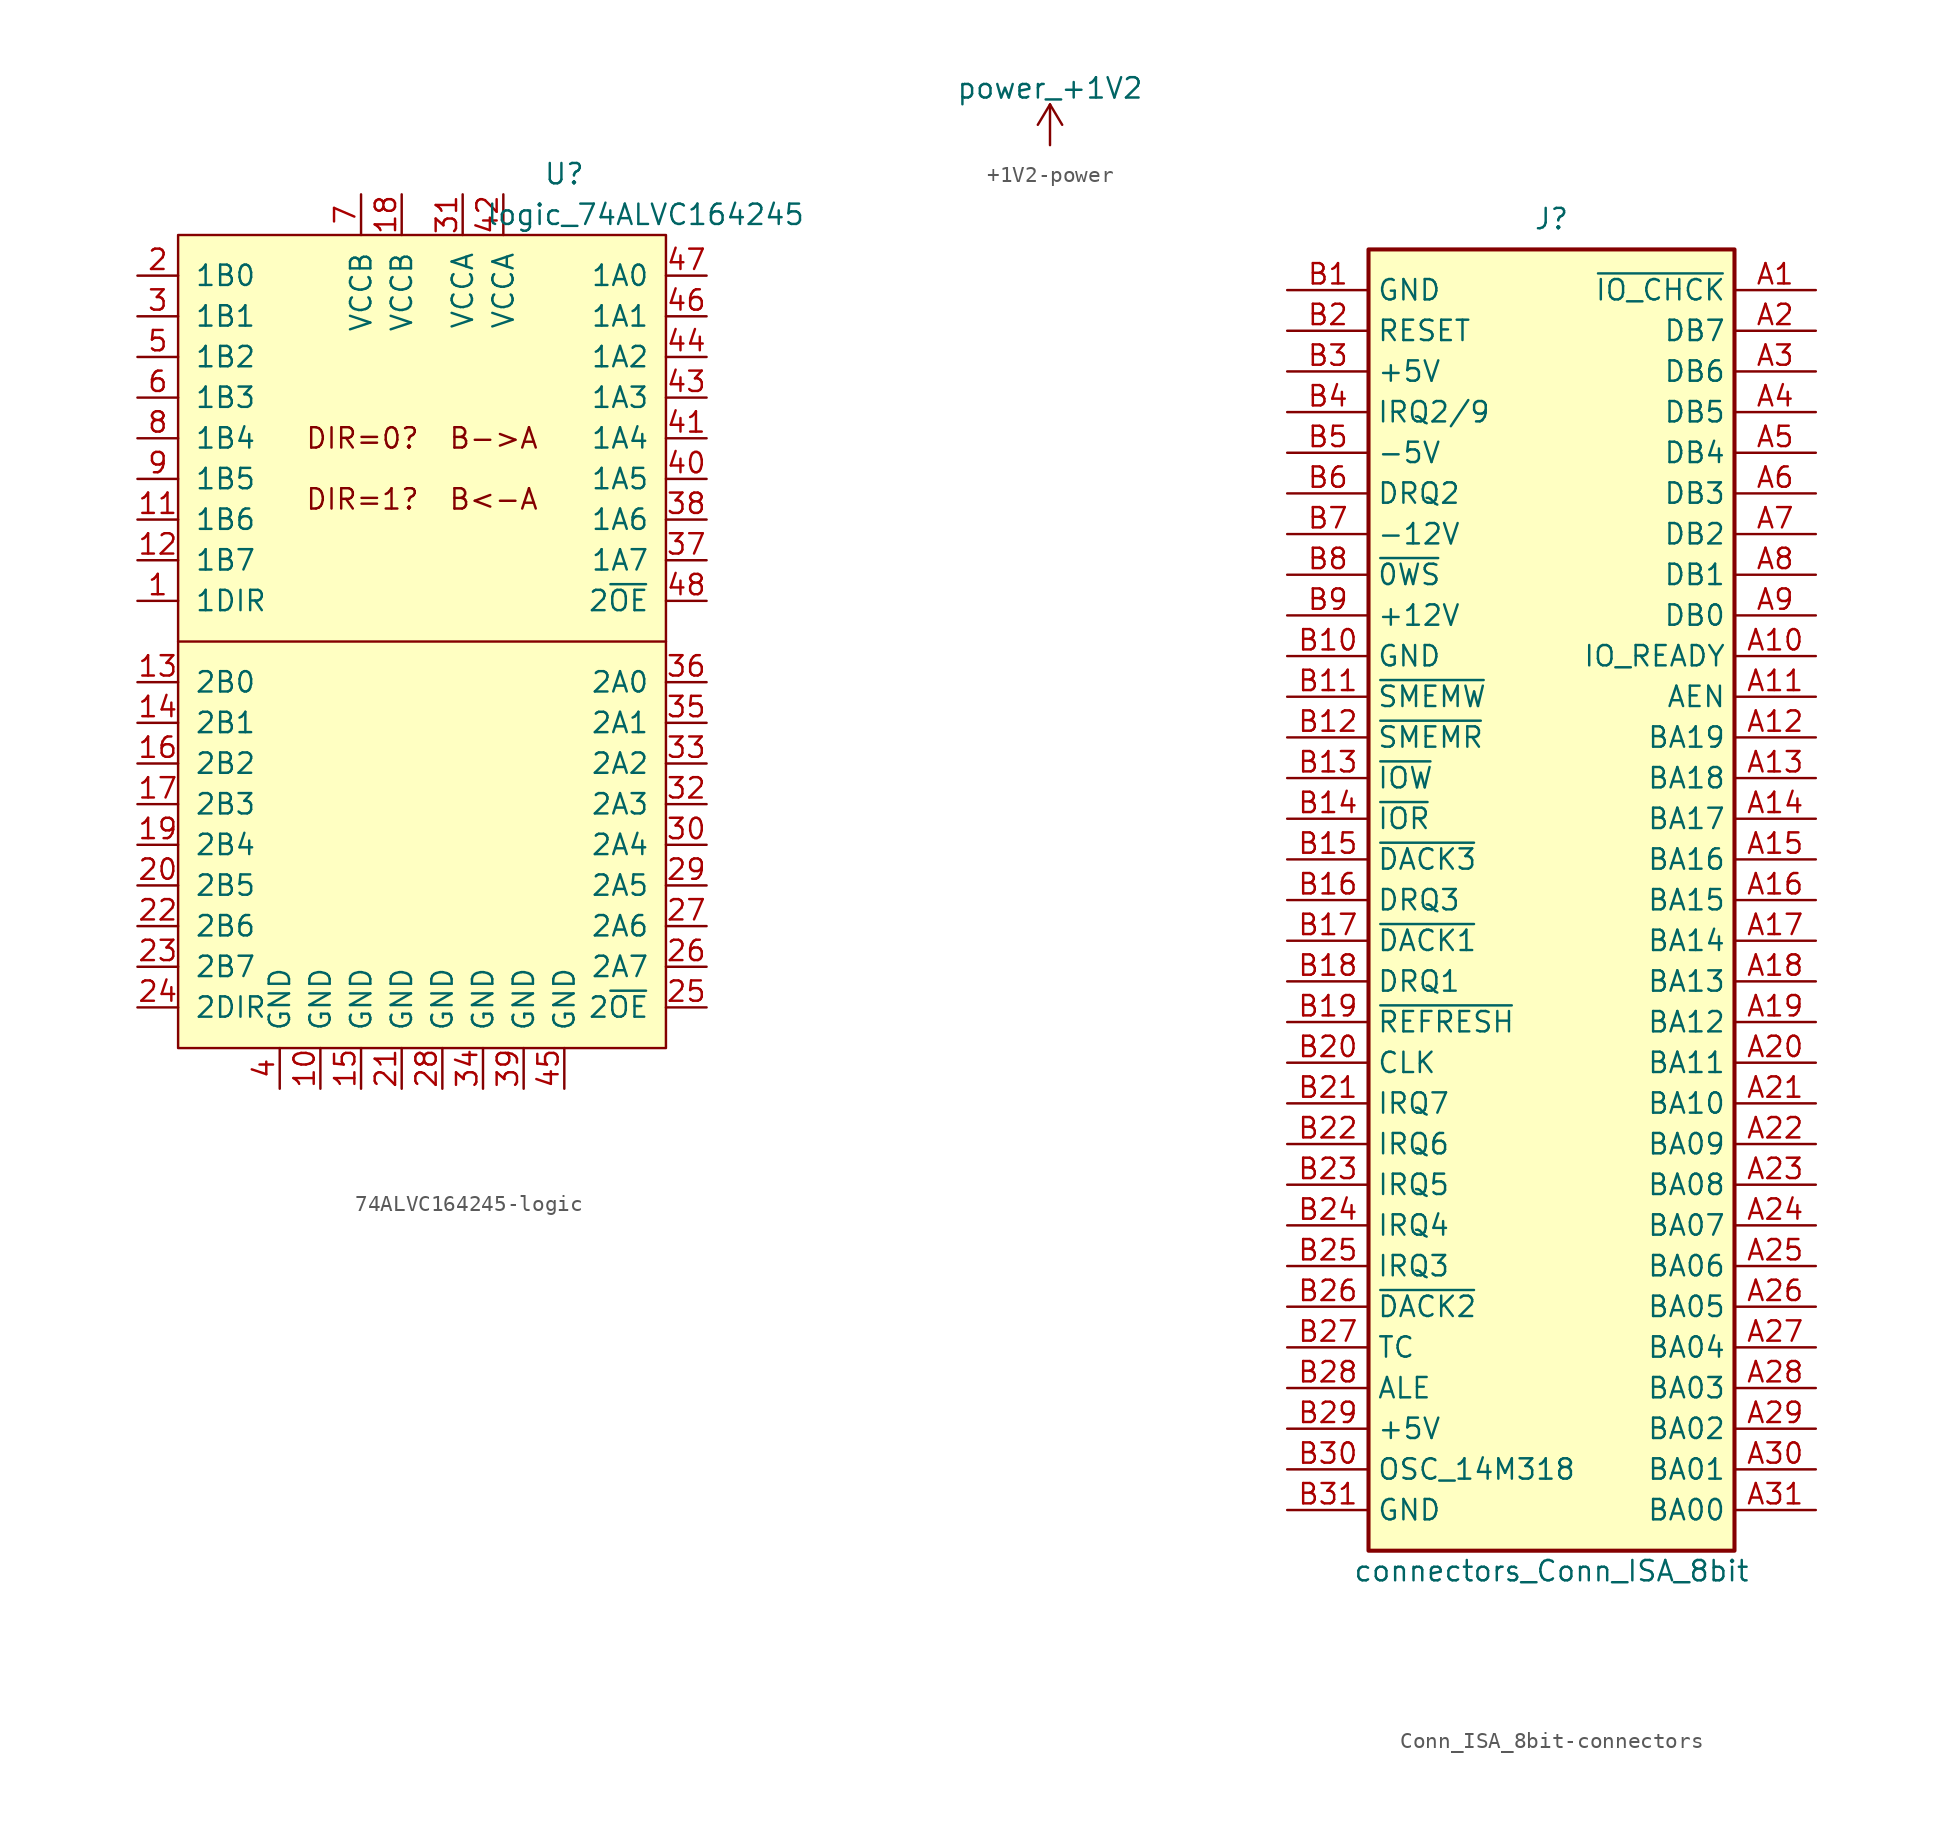
<source format=kicad_sym>
(kicad_symbol_lib
  (version 20231120)
  (generator "kicad_symbol_editor")
  (generator_version "8.0")
  (symbol "74ALVC164245-logic"
    (pin_names
      (offset 1.016))
    (property "Reference" "U"
      (at 24.13 3.81 0)
      (effects (font (size 1.27 1.27))))
    (property "Value" "logic_74ALVC164245"
      (at 29.21 1.27 0)
      (effects (font (size 1.27 1.27))))
    (symbol "74ALVC164245-logic_0_0"
      (text "DIR=0?  B->A" (at 15.24 -12.7 0) (effects (font (size 1.27 1.27))))
      (text "DIR=1?  B<-A" (at 15.24 -16.51 0) (effects (font (size 1.27 1.27)))))
    (symbol "74ALVC164245-logic_0_1"
      (polyline (pts (xy 0 -25.4) (xy 30.48 -25.4)) (stroke (width 0) (type solid)) (fill (type none)))
      (rectangle (start 0 0) (end 30.48 -50.8) (stroke (width 0) (type solid)) (fill (type background))))
    (symbol "74ALVC164245-logic_1_1"
      (pin input line (at -2.54 -22.86 0) (length 2.54) (name "1DIR" (effects (font (size 1.27 1.27)))) (number "1" (effects (font (size 1.27 1.27)))))
      (pin power_in line (at 8.89 -53.34 90) (length 2.54) (name "GND" (effects (font (size 1.27 1.27)))) (number "10" (effects (font (size 1.27 1.27)))))
      (pin bidirectional line (at -2.54 -17.78 0) (length 2.54) (name "1B6" (effects (font (size 1.27 1.27)))) (number "11" (effects (font (size 1.27 1.27)))))
      (pin bidirectional line (at -2.54 -20.32 0) (length 2.54) (name "1B7" (effects (font (size 1.27 1.27)))) (number "12" (effects (font (size 1.27 1.27)))))
      (pin bidirectional line (at -2.54 -27.94 0) (length 2.54) (name "2B0" (effects (font (size 1.27 1.27)))) (number "13" (effects (font (size 1.27 1.27)))))
      (pin bidirectional line (at -2.54 -30.48 0) (length 2.54) (name "2B1" (effects (font (size 1.27 1.27)))) (number "14" (effects (font (size 1.27 1.27)))))
      (pin power_in line (at 11.43 -53.34 90) (length 2.54) (name "GND" (effects (font (size 1.27 1.27)))) (number "15" (effects (font (size 1.27 1.27)))))
      (pin bidirectional line (at -2.54 -33.02 0) (length 2.54) (name "2B2" (effects (font (size 1.27 1.27)))) (number "16" (effects (font (size 1.27 1.27)))))
      (pin bidirectional line (at -2.54 -35.56 0) (length 2.54) (name "2B3" (effects (font (size 1.27 1.27)))) (number "17" (effects (font (size 1.27 1.27)))))
      (pin power_in line (at 13.97 2.54 270) (length 2.54) (name "VCCB" (effects (font (size 1.27 1.27)))) (number "18" (effects (font (size 1.27 1.27)))))
      (pin bidirectional line (at -2.54 -38.1 0) (length 2.54) (name "2B4" (effects (font (size 1.27 1.27)))) (number "19" (effects (font (size 1.27 1.27)))))
      (pin bidirectional line (at -2.54 -2.54 0) (length 2.54) (name "1B0" (effects (font (size 1.27 1.27)))) (number "2" (effects (font (size 1.27 1.27)))))
      (pin bidirectional line (at -2.54 -40.64 0) (length 2.54) (name "2B5" (effects (font (size 1.27 1.27)))) (number "20" (effects (font (size 1.27 1.27)))))
      (pin power_in line (at 13.97 -53.34 90) (length 2.54) (name "GND" (effects (font (size 1.27 1.27)))) (number "21" (effects (font (size 1.27 1.27)))))
      (pin bidirectional line (at -2.54 -43.18 0) (length 2.54) (name "2B6" (effects (font (size 1.27 1.27)))) (number "22" (effects (font (size 1.27 1.27)))))
      (pin bidirectional line (at -2.54 -45.72 0) (length 2.54) (name "2B7" (effects (font (size 1.27 1.27)))) (number "23" (effects (font (size 1.27 1.27)))))
      (pin input line (at -2.54 -48.26 0) (length 2.54) (name "2DIR" (effects (font (size 1.27 1.27)))) (number "24" (effects (font (size 1.27 1.27)))))
      (pin input line (at 33.02 -48.26 180) (length 2.54) (name "2~{OE}" (effects (font (size 1.27 1.27)))) (number "25" (effects (font (size 1.27 1.27)))))
      (pin bidirectional line (at 33.02 -45.72 180) (length 2.54) (name "2A7" (effects (font (size 1.27 1.27)))) (number "26" (effects (font (size 1.27 1.27)))))
      (pin bidirectional line (at 33.02 -43.18 180) (length 2.54) (name "2A6" (effects (font (size 1.27 1.27)))) (number "27" (effects (font (size 1.27 1.27)))))
      (pin power_in line (at 16.51 -53.34 90) (length 2.54) (name "GND" (effects (font (size 1.27 1.27)))) (number "28" (effects (font (size 1.27 1.27)))))
      (pin bidirectional line (at 33.02 -40.64 180) (length 2.54) (name "2A5" (effects (font (size 1.27 1.27)))) (number "29" (effects (font (size 1.27 1.27)))))
      (pin bidirectional line (at -2.54 -5.08 0) (length 2.54) (name "1B1" (effects (font (size 1.27 1.27)))) (number "3" (effects (font (size 1.27 1.27)))))
      (pin bidirectional line (at 33.02 -38.1 180) (length 2.54) (name "2A4" (effects (font (size 1.27 1.27)))) (number "30" (effects (font (size 1.27 1.27)))))
      (pin power_in line (at 17.78 2.54 270) (length 2.54) (name "VCCA" (effects (font (size 1.27 1.27)))) (number "31" (effects (font (size 1.27 1.27)))))
      (pin bidirectional line (at 33.02 -35.56 180) (length 2.54) (name "2A3" (effects (font (size 1.27 1.27)))) (number "32" (effects (font (size 1.27 1.27)))))
      (pin bidirectional line (at 33.02 -33.02 180) (length 2.54) (name "2A2" (effects (font (size 1.27 1.27)))) (number "33" (effects (font (size 1.27 1.27)))))
      (pin power_in line (at 19.05 -53.34 90) (length 2.54) (name "GND" (effects (font (size 1.27 1.27)))) (number "34" (effects (font (size 1.27 1.27)))))
      (pin bidirectional line (at 33.02 -30.48 180) (length 2.54) (name "2A1" (effects (font (size 1.27 1.27)))) (number "35" (effects (font (size 1.27 1.27)))))
      (pin bidirectional line (at 33.02 -27.94 180) (length 2.54) (name "2A0" (effects (font (size 1.27 1.27)))) (number "36" (effects (font (size 1.27 1.27)))))
      (pin bidirectional line (at 33.02 -20.32 180) (length 2.54) (name "1A7" (effects (font (size 1.27 1.27)))) (number "37" (effects (font (size 1.27 1.27)))))
      (pin bidirectional line (at 33.02 -17.78 180) (length 2.54) (name "1A6" (effects (font (size 1.27 1.27)))) (number "38" (effects (font (size 1.27 1.27)))))
      (pin power_in line (at 21.59 -53.34 90) (length 2.54) (name "GND" (effects (font (size 1.27 1.27)))) (number "39" (effects (font (size 1.27 1.27)))))
      (pin power_in line (at 6.35 -53.34 90) (length 2.54) (name "GND" (effects (font (size 1.27 1.27)))) (number "4" (effects (font (size 1.27 1.27)))))
      (pin bidirectional line (at 33.02 -15.24 180) (length 2.54) (name "1A5" (effects (font (size 1.27 1.27)))) (number "40" (effects (font (size 1.27 1.27)))))
      (pin bidirectional line (at 33.02 -12.7 180) (length 2.54) (name "1A4" (effects (font (size 1.27 1.27)))) (number "41" (effects (font (size 1.27 1.27)))))
      (pin power_in line (at 20.32 2.54 270) (length 2.54) (name "VCCA" (effects (font (size 1.27 1.27)))) (number "42" (effects (font (size 1.27 1.27)))))
      (pin bidirectional line (at 33.02 -10.16 180) (length 2.54) (name "1A3" (effects (font (size 1.27 1.27)))) (number "43" (effects (font (size 1.27 1.27)))))
      (pin bidirectional line (at 33.02 -7.62 180) (length 2.54) (name "1A2" (effects (font (size 1.27 1.27)))) (number "44" (effects (font (size 1.27 1.27)))))
      (pin power_in line (at 24.13 -53.34 90) (length 2.54) (name "GND" (effects (font (size 1.27 1.27)))) (number "45" (effects (font (size 1.27 1.27)))))
      (pin bidirectional line (at 33.02 -5.08 180) (length 2.54) (name "1A1" (effects (font (size 1.27 1.27)))) (number "46" (effects (font (size 1.27 1.27)))))
      (pin bidirectional line (at 33.02 -2.54 180) (length 2.54) (name "1A0" (effects (font (size 1.27 1.27)))) (number "47" (effects (font (size 1.27 1.27)))))
      (pin bidirectional line (at 33.02 -22.86 180) (length 2.54) (name "2~{OE}" (effects (font (size 1.27 1.27)))) (number "48" (effects (font (size 1.27 1.27)))))
      (pin bidirectional line (at -2.54 -7.62 0) (length 2.54) (name "1B2" (effects (font (size 1.27 1.27)))) (number "5" (effects (font (size 1.27 1.27)))))
      (pin bidirectional line (at -2.54 -10.16 0) (length 2.54) (name "1B3" (effects (font (size 1.27 1.27)))) (number "6" (effects (font (size 1.27 1.27)))))
      (pin power_in line (at 11.43 2.54 270) (length 2.54) (name "VCCB" (effects (font (size 1.27 1.27)))) (number "7" (effects (font (size 1.27 1.27)))))
      (pin bidirectional line (at -2.54 -12.7 0) (length 2.54) (name "1B4" (effects (font (size 1.27 1.27)))) (number "8" (effects (font (size 1.27 1.27)))))
      (pin bidirectional line (at -2.54 -15.24 0) (length 2.54) (name "1B5" (effects (font (size 1.27 1.27)))) (number "9" (effects (font (size 1.27 1.27)))))))
  (symbol "+1V2-power"
    (power)
    (pin_names
      (offset 0))
    (property "Reference" "#PWR"
      (at 0 -3.81 0)
      (effects (font (size 1.27 1.27)) (hide yes)))
    (property "Value" "power_+1V2"
      (at 0 3.556 0)
      (effects (font (size 1.27 1.27))))
    (symbol "+1V2-power_0_1"
      (polyline (pts (xy -0.762 1.27) (xy 0 2.54)) (stroke (width 0) (type solid)) (fill (type none)))
      (polyline (pts (xy 0 0) (xy 0 2.54)) (stroke (width 0) (type solid)) (fill (type none)))
      (polyline (pts (xy 0 2.54) (xy 0.762 1.27)) (stroke (width 0) (type solid)) (fill (type none))))
    (symbol "+1V2-power_1_1"
      (pin power_in line (at 0 0 90) (length 0) hide (name "+1V2" (effects (font (size 1.27 1.27)))) (number "1" (effects (font (size 1.27 1.27)))))))
  (symbol "Conn_ISA_8bit-connectors"
    (property "Reference" "J"
      (at 11.43 1.905 0)
      (effects (font (size 1.27 1.27))))
    (property "Value" "connectors_Conn_ISA_8bit"
      (at 11.43 -82.55 0)
      (effects (font (size 1.27 1.27))))
    (symbol "Conn_ISA_8bit-connectors_0_1"
      (rectangle (start 0 -81.28) (end 22.86 0) (stroke (width 0.254) (type solid)) (fill (type background))))
    (symbol "Conn_ISA_8bit-connectors_1_1"
      (pin passive line (at 27.94 -2.54 180) (length 5.08) (name "~{IO_CHCK}" (effects (font (size 1.27 1.27)))) (number "A1" (effects (font (size 1.27 1.27)))))
      (pin passive line (at 27.94 -25.4 180) (length 5.08) (name "IO_READY" (effects (font (size 1.27 1.27)))) (number "A10" (effects (font (size 1.27 1.27)))))
      (pin output line (at 27.94 -27.94 180) (length 5.08) (name "AEN" (effects (font (size 1.27 1.27)))) (number "A11" (effects (font (size 1.27 1.27)))))
      (pin tri_state line (at 27.94 -30.48 180) (length 5.08) (name "BA19" (effects (font (size 1.27 1.27)))) (number "A12" (effects (font (size 1.27 1.27)))))
      (pin tri_state line (at 27.94 -33.02 180) (length 5.08) (name "BA18" (effects (font (size 1.27 1.27)))) (number "A13" (effects (font (size 1.27 1.27)))))
      (pin tri_state line (at 27.94 -35.56 180) (length 5.08) (name "BA17" (effects (font (size 1.27 1.27)))) (number "A14" (effects (font (size 1.27 1.27)))))
      (pin tri_state line (at 27.94 -38.1 180) (length 5.08) (name "BA16" (effects (font (size 1.27 1.27)))) (number "A15" (effects (font (size 1.27 1.27)))))
      (pin tri_state line (at 27.94 -40.64 180) (length 5.08) (name "BA15" (effects (font (size 1.27 1.27)))) (number "A16" (effects (font (size 1.27 1.27)))))
      (pin tri_state line (at 27.94 -43.18 180) (length 5.08) (name "BA14" (effects (font (size 1.27 1.27)))) (number "A17" (effects (font (size 1.27 1.27)))))
      (pin tri_state line (at 27.94 -45.72 180) (length 5.08) (name "BA13" (effects (font (size 1.27 1.27)))) (number "A18" (effects (font (size 1.27 1.27)))))
      (pin tri_state line (at 27.94 -48.26 180) (length 5.08) (name "BA12" (effects (font (size 1.27 1.27)))) (number "A19" (effects (font (size 1.27 1.27)))))
      (pin tri_state line (at 27.94 -5.08 180) (length 5.08) (name "DB7" (effects (font (size 1.27 1.27)))) (number "A2" (effects (font (size 1.27 1.27)))))
      (pin tri_state line (at 27.94 -50.8 180) (length 5.08) (name "BA11" (effects (font (size 1.27 1.27)))) (number "A20" (effects (font (size 1.27 1.27)))))
      (pin tri_state line (at 27.94 -53.34 180) (length 5.08) (name "BA10" (effects (font (size 1.27 1.27)))) (number "A21" (effects (font (size 1.27 1.27)))))
      (pin tri_state line (at 27.94 -55.88 180) (length 5.08) (name "BA09" (effects (font (size 1.27 1.27)))) (number "A22" (effects (font (size 1.27 1.27)))))
      (pin tri_state line (at 27.94 -58.42 180) (length 5.08) (name "BA08" (effects (font (size 1.27 1.27)))) (number "A23" (effects (font (size 1.27 1.27)))))
      (pin tri_state line (at 27.94 -60.96 180) (length 5.08) (name "BA07" (effects (font (size 1.27 1.27)))) (number "A24" (effects (font (size 1.27 1.27)))))
      (pin tri_state line (at 27.94 -63.5 180) (length 5.08) (name "BA06" (effects (font (size 1.27 1.27)))) (number "A25" (effects (font (size 1.27 1.27)))))
      (pin tri_state line (at 27.94 -66.04 180) (length 5.08) (name "BA05" (effects (font (size 1.27 1.27)))) (number "A26" (effects (font (size 1.27 1.27)))))
      (pin tri_state line (at 27.94 -68.58 180) (length 5.08) (name "BA04" (effects (font (size 1.27 1.27)))) (number "A27" (effects (font (size 1.27 1.27)))))
      (pin tri_state line (at 27.94 -71.12 180) (length 5.08) (name "BA03" (effects (font (size 1.27 1.27)))) (number "A28" (effects (font (size 1.27 1.27)))))
      (pin tri_state line (at 27.94 -73.66 180) (length 5.08) (name "BA02" (effects (font (size 1.27 1.27)))) (number "A29" (effects (font (size 1.27 1.27)))))
      (pin tri_state line (at 27.94 -7.62 180) (length 5.08) (name "DB6" (effects (font (size 1.27 1.27)))) (number "A3" (effects (font (size 1.27 1.27)))))
      (pin tri_state line (at 27.94 -76.2 180) (length 5.08) (name "BA01" (effects (font (size 1.27 1.27)))) (number "A30" (effects (font (size 1.27 1.27)))))
      (pin tri_state line (at 27.94 -78.74 180) (length 5.08) (name "BA00" (effects (font (size 1.27 1.27)))) (number "A31" (effects (font (size 1.27 1.27)))))
      (pin tri_state line (at 27.94 -10.16 180) (length 5.08) (name "DB5" (effects (font (size 1.27 1.27)))) (number "A4" (effects (font (size 1.27 1.27)))))
      (pin tri_state line (at 27.94 -12.7 180) (length 5.08) (name "DB4" (effects (font (size 1.27 1.27)))) (number "A5" (effects (font (size 1.27 1.27)))))
      (pin tri_state line (at 27.94 -15.24 180) (length 5.08) (name "DB3" (effects (font (size 1.27 1.27)))) (number "A6" (effects (font (size 1.27 1.27)))))
      (pin tri_state line (at 27.94 -17.78 180) (length 5.08) (name "DB2" (effects (font (size 1.27 1.27)))) (number "A7" (effects (font (size 1.27 1.27)))))
      (pin tri_state line (at 27.94 -20.32 180) (length 5.08) (name "DB1" (effects (font (size 1.27 1.27)))) (number "A8" (effects (font (size 1.27 1.27)))))
      (pin tri_state line (at 27.94 -22.86 180) (length 5.08) (name "DB0" (effects (font (size 1.27 1.27)))) (number "A9" (effects (font (size 1.27 1.27)))))
      (pin power_out line (at -5.08 -2.54 0) (length 5.08) (name "GND" (effects (font (size 1.27 1.27)))) (number "B1" (effects (font (size 1.27 1.27)))))
      (pin power_in line (at -5.08 -25.4 0) (length 5.08) (name "GND" (effects (font (size 1.27 1.27)))) (number "B10" (effects (font (size 1.27 1.27)))))
      (pin output line (at -5.08 -27.94 0) (length 5.08) (name "~{SMEMW}" (effects (font (size 1.27 1.27)))) (number "B11" (effects (font (size 1.27 1.27)))))
      (pin output line (at -5.08 -30.48 0) (length 5.08) (name "~{SMEMR}" (effects (font (size 1.27 1.27)))) (number "B12" (effects (font (size 1.27 1.27)))))
      (pin output line (at -5.08 -33.02 0) (length 5.08) (name "~{IOW}" (effects (font (size 1.27 1.27)))) (number "B13" (effects (font (size 1.27 1.27)))))
      (pin output line (at -5.08 -35.56 0) (length 5.08) (name "~{IOR}" (effects (font (size 1.27 1.27)))) (number "B14" (effects (font (size 1.27 1.27)))))
      (pin passive line (at -5.08 -38.1 0) (length 5.08) (name "~{DACK3}" (effects (font (size 1.27 1.27)))) (number "B15" (effects (font (size 1.27 1.27)))))
      (pin passive line (at -5.08 -40.64 0) (length 5.08) (name "DRQ3" (effects (font (size 1.27 1.27)))) (number "B16" (effects (font (size 1.27 1.27)))))
      (pin passive line (at -5.08 -43.18 0) (length 5.08) (name "~{DACK1}" (effects (font (size 1.27 1.27)))) (number "B17" (effects (font (size 1.27 1.27)))))
      (pin passive line (at -5.08 -45.72 0) (length 5.08) (name "DRQ1" (effects (font (size 1.27 1.27)))) (number "B18" (effects (font (size 1.27 1.27)))))
      (pin passive line (at -5.08 -48.26 0) (length 5.08) (name "~{REFRESH}" (effects (font (size 1.27 1.27)))) (number "B19" (effects (font (size 1.27 1.27)))))
      (pin output line (at -5.08 -5.08 0) (length 5.08) (name "RESET" (effects (font (size 1.27 1.27)))) (number "B2" (effects (font (size 1.27 1.27)))))
      (pin output line (at -5.08 -50.8 0) (length 5.08) (name "CLK" (effects (font (size 1.27 1.27)))) (number "B20" (effects (font (size 1.27 1.27)))))
      (pin passive line (at -5.08 -53.34 0) (length 5.08) (name "IRQ7" (effects (font (size 1.27 1.27)))) (number "B21" (effects (font (size 1.27 1.27)))))
      (pin passive line (at -5.08 -55.88 0) (length 5.08) (name "IRQ6" (effects (font (size 1.27 1.27)))) (number "B22" (effects (font (size 1.27 1.27)))))
      (pin passive line (at -5.08 -58.42 0) (length 5.08) (name "IRQ5" (effects (font (size 1.27 1.27)))) (number "B23" (effects (font (size 1.27 1.27)))))
      (pin passive line (at -5.08 -60.96 0) (length 5.08) (name "IRQ4" (effects (font (size 1.27 1.27)))) (number "B24" (effects (font (size 1.27 1.27)))))
      (pin passive line (at -5.08 -63.5 0) (length 5.08) (name "IRQ3" (effects (font (size 1.27 1.27)))) (number "B25" (effects (font (size 1.27 1.27)))))
      (pin passive line (at -5.08 -66.04 0) (length 5.08) (name "~{DACK2}" (effects (font (size 1.27 1.27)))) (number "B26" (effects (font (size 1.27 1.27)))))
      (pin passive line (at -5.08 -68.58 0) (length 5.08) (name "TC" (effects (font (size 1.27 1.27)))) (number "B27" (effects (font (size 1.27 1.27)))))
      (pin output line (at -5.08 -71.12 0) (length 5.08) (name "ALE" (effects (font (size 1.27 1.27)))) (number "B28" (effects (font (size 1.27 1.27)))))
      (pin power_in line (at -5.08 -73.66 0) (length 5.08) (name "+5V" (effects (font (size 1.27 1.27)))) (number "B29" (effects (font (size 1.27 1.27)))))
      (pin power_out line (at -5.08 -7.62 0) (length 5.08) (name "+5V" (effects (font (size 1.27 1.27)))) (number "B3" (effects (font (size 1.27 1.27)))))
      (pin output line (at -5.08 -76.2 0) (length 5.08) (name "OSC_14M318" (effects (font (size 1.27 1.27)))) (number "B30" (effects (font (size 1.27 1.27)))))
      (pin power_in line (at -5.08 -78.74 0) (length 5.08) (name "GND" (effects (font (size 1.27 1.27)))) (number "B31" (effects (font (size 1.27 1.27)))))
      (pin passive line (at -5.08 -10.16 0) (length 5.08) (name "IRQ2/9" (effects (font (size 1.27 1.27)))) (number "B4" (effects (font (size 1.27 1.27)))))
      (pin power_out line (at -5.08 -12.7 0) (length 5.08) (name "-5V" (effects (font (size 1.27 1.27)))) (number "B5" (effects (font (size 1.27 1.27)))))
      (pin passive line (at -5.08 -15.24 0) (length 5.08) (name "DRQ2" (effects (font (size 1.27 1.27)))) (number "B6" (effects (font (size 1.27 1.27)))))
      (pin power_out line (at -5.08 -17.78 0) (length 5.08) (name "-12V" (effects (font (size 1.27 1.27)))) (number "B7" (effects (font (size 1.27 1.27)))))
      (pin passive line (at -5.08 -20.32 0) (length 5.08) (name "~{0WS}" (effects (font (size 1.27 1.27)))) (number "B8" (effects (font (size 1.27 1.27)))))
      (pin power_out line (at -5.08 -22.86 0) (length 5.08) (name "+12V" (effects (font (size 1.27 1.27)))) (number "B9" (effects (font (size 1.27 1.27))))))))
</source>
